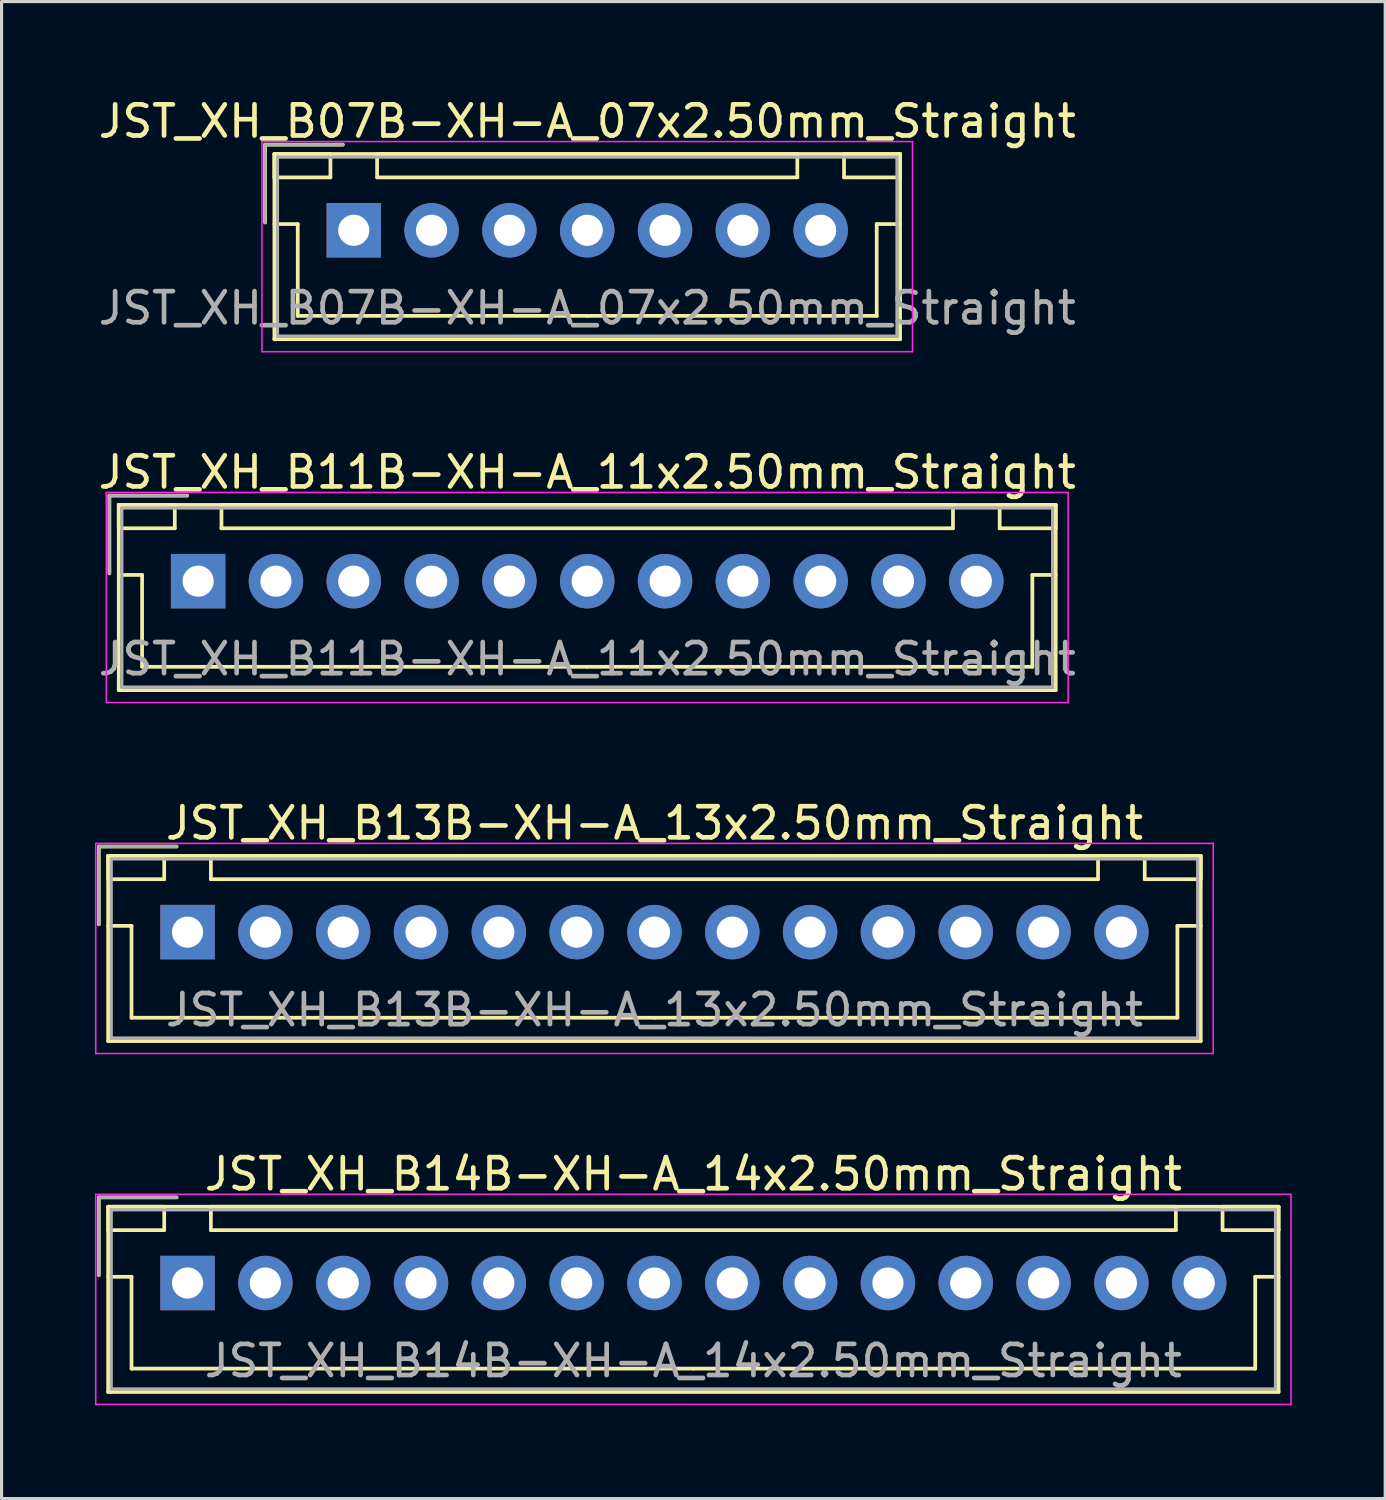
<source format=kicad_pcb>
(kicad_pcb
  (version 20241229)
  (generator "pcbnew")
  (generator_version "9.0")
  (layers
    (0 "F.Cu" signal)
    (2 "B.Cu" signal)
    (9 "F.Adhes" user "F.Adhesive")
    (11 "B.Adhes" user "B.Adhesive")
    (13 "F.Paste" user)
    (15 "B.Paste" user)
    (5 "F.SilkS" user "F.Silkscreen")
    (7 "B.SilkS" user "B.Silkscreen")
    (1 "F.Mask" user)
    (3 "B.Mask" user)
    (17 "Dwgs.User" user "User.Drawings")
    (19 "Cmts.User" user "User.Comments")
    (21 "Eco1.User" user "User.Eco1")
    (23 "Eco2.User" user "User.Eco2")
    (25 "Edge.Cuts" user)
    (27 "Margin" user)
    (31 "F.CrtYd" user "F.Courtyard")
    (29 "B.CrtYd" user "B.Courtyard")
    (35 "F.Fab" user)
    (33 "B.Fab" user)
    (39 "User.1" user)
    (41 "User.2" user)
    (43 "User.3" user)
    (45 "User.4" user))
  (footprint "JST_XH_B13B-XH-A_13x2.50mm_Straight"
    (layer "F.Cu")
    (at 2.975 26.895)
    (property "Reference" "JST_XH_B13B-XH-A_13x2.50mm_Straight" (at 15 -3.5 0) (layer "F.SilkS") (effects (font (size 1 1) (thickness 0.15))))
    (attr through_hole)
    (fp_line (start -2.85 -2.75) (end -2.85 -0.25) (stroke (width 0.12) (type solid)) (layer "F.SilkS"))
    (fp_line (start -2.55 -2.45) (end -2.55 -1.7) (stroke (width 0.12) (type solid)) (layer "F.SilkS"))
    (fp_line (start -2.55 -2.45) (end -2.55 3.5) (stroke (width 0.12) (type solid)) (layer "F.SilkS"))
    (fp_line (start -2.55 -1.7) (end -0.75 -1.7) (stroke (width 0.12) (type solid)) (layer "F.SilkS"))
    (fp_line (start -2.55 -0.2) (end -1.8 -0.2) (stroke (width 0.12) (type solid)) (layer "F.SilkS"))
    (fp_line (start -2.55 3.5) (end 32.55 3.5) (stroke (width 0.12) (type solid)) (layer "F.SilkS"))
    (fp_line (start -1.8 -0.2) (end -1.8 2.75) (stroke (width 0.12) (type solid)) (layer "F.SilkS"))
    (fp_line (start -1.8 2.75) (end 15 2.75) (stroke (width 0.12) (type solid)) (layer "F.SilkS"))
    (fp_line (start -0.75 -2.45) (end -2.55 -2.45) (stroke (width 0.12) (type solid)) (layer "F.SilkS"))
    (fp_line (start -0.75 -1.7) (end -0.75 -2.45) (stroke (width 0.12) (type solid)) (layer "F.SilkS"))
    (fp_line (start -0.35 -2.75) (end -2.85 -2.75) (stroke (width 0.12) (type solid)) (layer "F.SilkS"))
    (fp_line (start 0.75 -2.45) (end 0.75 -1.7) (stroke (width 0.12) (type solid)) (layer "F.SilkS"))
    (fp_line (start 0.75 -1.7) (end 29.25 -1.7) (stroke (width 0.12) (type solid)) (layer "F.SilkS"))
    (fp_line (start 29.25 -2.45) (end 0.75 -2.45) (stroke (width 0.12) (type solid)) (layer "F.SilkS"))
    (fp_line (start 29.25 -1.7) (end 29.25 -2.45) (stroke (width 0.12) (type solid)) (layer "F.SilkS"))
    (fp_line (start 30.75 -2.45) (end 30.75 -1.7) (stroke (width 0.12) (type solid)) (layer "F.SilkS"))
    (fp_line (start 30.75 -1.7) (end 32.55 -1.7) (stroke (width 0.12) (type solid)) (layer "F.SilkS"))
    (fp_line (start 31.8 -0.2) (end 31.8 2.75) (stroke (width 0.12) (type solid)) (layer "F.SilkS"))
    (fp_line (start 31.8 2.75) (end 15 2.75) (stroke (width 0.12) (type solid)) (layer "F.SilkS"))
    (fp_line (start 32.55 -2.45) (end -2.55 -2.45) (stroke (width 0.12) (type solid)) (layer "F.SilkS"))
    (fp_line (start 32.55 -2.45) (end 30.75 -2.45) (stroke (width 0.12) (type solid)) (layer "F.SilkS"))
    (fp_line (start 32.55 -1.7) (end 32.55 -2.45) (stroke (width 0.12) (type solid)) (layer "F.SilkS"))
    (fp_line (start 32.55 -0.2) (end 31.8 -0.2) (stroke (width 0.12) (type solid)) (layer "F.SilkS"))
    (fp_line (start 32.55 3.5) (end 32.55 -2.45) (stroke (width 0.12) (type solid)) (layer "F.SilkS"))
    (fp_line (start -2.95 -2.85) (end -2.95 3.9) (stroke (width 0.05) (type solid)) (layer "F.CrtYd"))
    (fp_line (start -2.95 3.9) (end 32.95 3.9) (stroke (width 0.05) (type solid)) (layer "F.CrtYd"))
    (fp_line (start 32.95 -2.85) (end -2.95 -2.85) (stroke (width 0.05) (type solid)) (layer "F.CrtYd"))
    (fp_line (start 32.95 3.9) (end 32.95 -2.85) (stroke (width 0.05) (type solid)) (layer "F.CrtYd"))
    (fp_line (start -2.85 -2.75) (end -2.85 -0.25) (stroke (width 0.1) (type solid)) (layer "F.Fab"))
    (fp_line (start -2.45 -2.35) (end -2.45 3.4) (stroke (width 0.1) (type solid)) (layer "F.Fab"))
    (fp_line (start -2.45 3.4) (end 32.45 3.4) (stroke (width 0.1) (type solid)) (layer "F.Fab"))
    (fp_line (start -0.35 -2.75) (end -2.85 -2.75) (stroke (width 0.1) (type solid)) (layer "F.Fab"))
    (fp_line (start 32.45 -2.35) (end -2.45 -2.35) (stroke (width 0.1) (type solid)) (layer "F.Fab"))
    (fp_line (start 32.45 3.4) (end 32.45 -2.35) (stroke (width 0.1) (type solid)) (layer "F.Fab"))
    (fp_text user "${REFERENCE}" (at 15 2.5 0) (layer "F.Fab") (effects (font (size 1 1) (thickness 0.15))))
    (pad "1" thru_hole rect (at 0 0) (size 1.75 1.75) (drill 1) (layers "*.Cu" "*.Mask"))
    (pad "2" thru_hole circle (at 2.5 0) (size 1.75 1.75) (drill 1) (layers "*.Cu" "*.Mask"))
    (pad "3" thru_hole circle (at 5 0) (size 1.75 1.75) (drill 1) (layers "*.Cu" "*.Mask"))
    (pad "4" thru_hole circle (at 7.5 0) (size 1.75 1.75) (drill 1) (layers "*.Cu" "*.Mask"))
    (pad "5" thru_hole circle (at 10 0) (size 1.75 1.75) (drill 1) (layers "*.Cu" "*.Mask"))
    (pad "6" thru_hole circle (at 12.5 0) (size 1.75 1.75) (drill 1) (layers "*.Cu" "*.Mask"))
    (pad "7" thru_hole circle (at 15 0) (size 1.75 1.75) (drill 1) (layers "*.Cu" "*.Mask"))
    (pad "8" thru_hole circle (at 17.5 0) (size 1.75 1.75) (drill 1) (layers "*.Cu" "*.Mask"))
    (pad "9" thru_hole circle (at 20 0) (size 1.75 1.75) (drill 1) (layers "*.Cu" "*.Mask"))
    (pad "10" thru_hole circle (at 22.5 0) (size 1.75 1.75) (drill 1) (layers "*.Cu" "*.Mask"))
    (pad "11" thru_hole circle (at 25 0) (size 1.75 1.75) (drill 1) (layers "*.Cu" "*.Mask"))
    (pad "12" thru_hole circle (at 27.5 0) (size 1.75 1.75) (drill 1) (layers "*.Cu" "*.Mask"))
    (pad "13" thru_hole circle (at 30 0) (size 1.75 1.75) (drill 1) (layers "*.Cu" "*.Mask")))
  (footprint "JST_XH_B07B-XH-A_07x2.50mm_Straight"
    (layer "F.Cu")
    (at 8.315 4.348)
    (property "Reference" "JST_XH_B07B-XH-A_07x2.50mm_Straight" (at 7.5 -3.5 0) (layer "F.SilkS") (effects (font (size 1 1) (thickness 0.15))))
    (attr through_hole)
    (fp_line (start -2.85 -2.75) (end -2.85 -0.25) (stroke (width 0.12) (type solid)) (layer "F.SilkS"))
    (fp_line (start -2.55 -2.45) (end -2.55 -1.7) (stroke (width 0.12) (type solid)) (layer "F.SilkS"))
    (fp_line (start -2.55 -2.45) (end -2.55 3.5) (stroke (width 0.12) (type solid)) (layer "F.SilkS"))
    (fp_line (start -2.55 -1.7) (end -0.75 -1.7) (stroke (width 0.12) (type solid)) (layer "F.SilkS"))
    (fp_line (start -2.55 -0.2) (end -1.8 -0.2) (stroke (width 0.12) (type solid)) (layer "F.SilkS"))
    (fp_line (start -2.55 3.5) (end 17.55 3.5) (stroke (width 0.12) (type solid)) (layer "F.SilkS"))
    (fp_line (start -1.8 -0.2) (end -1.8 2.75) (stroke (width 0.12) (type solid)) (layer "F.SilkS"))
    (fp_line (start -1.8 2.75) (end 7.5 2.75) (stroke (width 0.12) (type solid)) (layer "F.SilkS"))
    (fp_line (start -0.75 -2.45) (end -2.55 -2.45) (stroke (width 0.12) (type solid)) (layer "F.SilkS"))
    (fp_line (start -0.75 -1.7) (end -0.75 -2.45) (stroke (width 0.12) (type solid)) (layer "F.SilkS"))
    (fp_line (start -0.35 -2.75) (end -2.85 -2.75) (stroke (width 0.12) (type solid)) (layer "F.SilkS"))
    (fp_line (start 0.75 -2.45) (end 0.75 -1.7) (stroke (width 0.12) (type solid)) (layer "F.SilkS"))
    (fp_line (start 0.75 -1.7) (end 14.25 -1.7) (stroke (width 0.12) (type solid)) (layer "F.SilkS"))
    (fp_line (start 14.25 -2.45) (end 0.75 -2.45) (stroke (width 0.12) (type solid)) (layer "F.SilkS"))
    (fp_line (start 14.25 -1.7) (end 14.25 -2.45) (stroke (width 0.12) (type solid)) (layer "F.SilkS"))
    (fp_line (start 15.75 -2.45) (end 15.75 -1.7) (stroke (width 0.12) (type solid)) (layer "F.SilkS"))
    (fp_line (start 15.75 -1.7) (end 17.55 -1.7) (stroke (width 0.12) (type solid)) (layer "F.SilkS"))
    (fp_line (start 16.8 -0.2) (end 16.8 2.75) (stroke (width 0.12) (type solid)) (layer "F.SilkS"))
    (fp_line (start 16.8 2.75) (end 7.5 2.75) (stroke (width 0.12) (type solid)) (layer "F.SilkS"))
    (fp_line (start 17.55 -2.45) (end -2.55 -2.45) (stroke (width 0.12) (type solid)) (layer "F.SilkS"))
    (fp_line (start 17.55 -2.45) (end 15.75 -2.45) (stroke (width 0.12) (type solid)) (layer "F.SilkS"))
    (fp_line (start 17.55 -1.7) (end 17.55 -2.45) (stroke (width 0.12) (type solid)) (layer "F.SilkS"))
    (fp_line (start 17.55 -0.2) (end 16.8 -0.2) (stroke (width 0.12) (type solid)) (layer "F.SilkS"))
    (fp_line (start 17.55 3.5) (end 17.55 -2.45) (stroke (width 0.12) (type solid)) (layer "F.SilkS"))
    (fp_line (start -2.95 -2.85) (end -2.95 3.9) (stroke (width 0.05) (type solid)) (layer "F.CrtYd"))
    (fp_line (start -2.95 3.9) (end 17.95 3.9) (stroke (width 0.05) (type solid)) (layer "F.CrtYd"))
    (fp_line (start 17.95 -2.85) (end -2.95 -2.85) (stroke (width 0.05) (type solid)) (layer "F.CrtYd"))
    (fp_line (start 17.95 3.9) (end 17.95 -2.85) (stroke (width 0.05) (type solid)) (layer "F.CrtYd"))
    (fp_line (start -2.85 -2.75) (end -2.85 -0.25) (stroke (width 0.1) (type solid)) (layer "F.Fab"))
    (fp_line (start -2.45 -2.35) (end -2.45 3.4) (stroke (width 0.1) (type solid)) (layer "F.Fab"))
    (fp_line (start -2.45 3.4) (end 17.45 3.4) (stroke (width 0.1) (type solid)) (layer "F.Fab"))
    (fp_line (start -0.35 -2.75) (end -2.85 -2.75) (stroke (width 0.1) (type solid)) (layer "F.Fab"))
    (fp_line (start 17.45 -2.35) (end -2.45 -2.35) (stroke (width 0.1) (type solid)) (layer "F.Fab"))
    (fp_line (start 17.45 3.4) (end 17.45 -2.35) (stroke (width 0.1) (type solid)) (layer "F.Fab"))
    (fp_text user "${REFERENCE}" (at 7.5 2.5 0) (layer "F.Fab") (effects (font (size 1 1) (thickness 0.15))))
    (pad "1" thru_hole rect (at 0 0) (size 1.75 1.75) (drill 1) (layers "*.Cu" "*.Mask"))
    (pad "2" thru_hole circle (at 2.5 0) (size 1.75 1.75) (drill 1) (layers "*.Cu" "*.Mask"))
    (pad "3" thru_hole circle (at 5 0) (size 1.75 1.75) (drill 1) (layers "*.Cu" "*.Mask"))
    (pad "4" thru_hole circle (at 7.5 0) (size 1.75 1.75) (drill 1) (layers "*.Cu" "*.Mask"))
    (pad "5" thru_hole circle (at 10 0) (size 1.75 1.75) (drill 1) (layers "*.Cu" "*.Mask"))
    (pad "6" thru_hole circle (at 12.5 0) (size 1.75 1.75) (drill 1) (layers "*.Cu" "*.Mask"))
    (pad "7" thru_hole circle (at 15 0) (size 1.75 1.75) (drill 1) (layers "*.Cu" "*.Mask")))
  (footprint "JST_XH_B14B-XH-A_14x2.50mm_Straight"
    (layer "F.Cu")
    (at 2.975 38.168)
    (property "Reference" "JST_XH_B14B-XH-A_14x2.50mm_Straight" (at 16.25 -3.5 0) (layer "F.SilkS") (effects (font (size 1 1) (thickness 0.15))))
    (attr through_hole)
    (fp_line (start -2.85 -2.75) (end -2.85 -0.25) (stroke (width 0.12) (type solid)) (layer "F.SilkS"))
    (fp_line (start -2.55 -2.45) (end -2.55 -1.7) (stroke (width 0.12) (type solid)) (layer "F.SilkS"))
    (fp_line (start -2.55 -2.45) (end -2.55 3.5) (stroke (width 0.12) (type solid)) (layer "F.SilkS"))
    (fp_line (start -2.55 -1.7) (end -0.75 -1.7) (stroke (width 0.12) (type solid)) (layer "F.SilkS"))
    (fp_line (start -2.55 -0.2) (end -1.8 -0.2) (stroke (width 0.12) (type solid)) (layer "F.SilkS"))
    (fp_line (start -2.55 3.5) (end 35.05 3.5) (stroke (width 0.12) (type solid)) (layer "F.SilkS"))
    (fp_line (start -1.8 -0.2) (end -1.8 2.75) (stroke (width 0.12) (type solid)) (layer "F.SilkS"))
    (fp_line (start -1.8 2.75) (end 16.25 2.75) (stroke (width 0.12) (type solid)) (layer "F.SilkS"))
    (fp_line (start -0.75 -2.45) (end -2.55 -2.45) (stroke (width 0.12) (type solid)) (layer "F.SilkS"))
    (fp_line (start -0.75 -1.7) (end -0.75 -2.45) (stroke (width 0.12) (type solid)) (layer "F.SilkS"))
    (fp_line (start -0.35 -2.75) (end -2.85 -2.75) (stroke (width 0.12) (type solid)) (layer "F.SilkS"))
    (fp_line (start 0.75 -2.45) (end 0.75 -1.7) (stroke (width 0.12) (type solid)) (layer "F.SilkS"))
    (fp_line (start 0.75 -1.7) (end 31.75 -1.7) (stroke (width 0.12) (type solid)) (layer "F.SilkS"))
    (fp_line (start 31.75 -2.45) (end 0.75 -2.45) (stroke (width 0.12) (type solid)) (layer "F.SilkS"))
    (fp_line (start 31.75 -1.7) (end 31.75 -2.45) (stroke (width 0.12) (type solid)) (layer "F.SilkS"))
    (fp_line (start 33.25 -2.45) (end 33.25 -1.7) (stroke (width 0.12) (type solid)) (layer "F.SilkS"))
    (fp_line (start 33.25 -1.7) (end 35.05 -1.7) (stroke (width 0.12) (type solid)) (layer "F.SilkS"))
    (fp_line (start 34.3 -0.2) (end 34.3 2.75) (stroke (width 0.12) (type solid)) (layer "F.SilkS"))
    (fp_line (start 34.3 2.75) (end 16.25 2.75) (stroke (width 0.12) (type solid)) (layer "F.SilkS"))
    (fp_line (start 35.05 -2.45) (end -2.55 -2.45) (stroke (width 0.12) (type solid)) (layer "F.SilkS"))
    (fp_line (start 35.05 -2.45) (end 33.25 -2.45) (stroke (width 0.12) (type solid)) (layer "F.SilkS"))
    (fp_line (start 35.05 -1.7) (end 35.05 -2.45) (stroke (width 0.12) (type solid)) (layer "F.SilkS"))
    (fp_line (start 35.05 -0.2) (end 34.3 -0.2) (stroke (width 0.12) (type solid)) (layer "F.SilkS"))
    (fp_line (start 35.05 3.5) (end 35.05 -2.45) (stroke (width 0.12) (type solid)) (layer "F.SilkS"))
    (fp_line (start -2.95 -2.85) (end -2.95 3.9) (stroke (width 0.05) (type solid)) (layer "F.CrtYd"))
    (fp_line (start -2.95 3.9) (end 35.45 3.9) (stroke (width 0.05) (type solid)) (layer "F.CrtYd"))
    (fp_line (start 35.45 -2.85) (end -2.95 -2.85) (stroke (width 0.05) (type solid)) (layer "F.CrtYd"))
    (fp_line (start 35.45 3.9) (end 35.45 -2.85) (stroke (width 0.05) (type solid)) (layer "F.CrtYd"))
    (fp_line (start -2.85 -2.75) (end -2.85 -0.25) (stroke (width 0.1) (type solid)) (layer "F.Fab"))
    (fp_line (start -2.45 -2.35) (end -2.45 3.4) (stroke (width 0.1) (type solid)) (layer "F.Fab"))
    (fp_line (start -2.45 3.4) (end 34.95 3.4) (stroke (width 0.1) (type solid)) (layer "F.Fab"))
    (fp_line (start -0.35 -2.75) (end -2.85 -2.75) (stroke (width 0.1) (type solid)) (layer "F.Fab"))
    (fp_line (start 34.95 -2.35) (end -2.45 -2.35) (stroke (width 0.1) (type solid)) (layer "F.Fab"))
    (fp_line (start 34.95 3.4) (end 34.95 -2.35) (stroke (width 0.1) (type solid)) (layer "F.Fab"))
    (fp_text user "${REFERENCE}" (at 16.25 2.5 0) (layer "F.Fab") (effects (font (size 1 1) (thickness 0.15))))
    (pad "1" thru_hole rect (at 0 0) (size 1.75 1.75) (drill 1) (layers "*.Cu" "*.Mask"))
    (pad "2" thru_hole circle (at 2.5 0) (size 1.75 1.75) (drill 1) (layers "*.Cu" "*.Mask"))
    (pad "3" thru_hole circle (at 5 0) (size 1.75 1.75) (drill 1) (layers "*.Cu" "*.Mask"))
    (pad "4" thru_hole circle (at 7.5 0) (size 1.75 1.75) (drill 1) (layers "*.Cu" "*.Mask"))
    (pad "5" thru_hole circle (at 10 0) (size 1.75 1.75) (drill 1) (layers "*.Cu" "*.Mask"))
    (pad "6" thru_hole circle (at 12.5 0) (size 1.75 1.75) (drill 1) (layers "*.Cu" "*.Mask"))
    (pad "7" thru_hole circle (at 15 0) (size 1.75 1.75) (drill 1) (layers "*.Cu" "*.Mask"))
    (pad "8" thru_hole circle (at 17.5 0) (size 1.75 1.75) (drill 1) (layers "*.Cu" "*.Mask"))
    (pad "9" thru_hole circle (at 20 0) (size 1.75 1.75) (drill 1) (layers "*.Cu" "*.Mask"))
    (pad "10" thru_hole circle (at 22.5 0) (size 1.75 1.75) (drill 1) (layers "*.Cu" "*.Mask"))
    (pad "11" thru_hole circle (at 25 0) (size 1.75 1.75) (drill 1) (layers "*.Cu" "*.Mask"))
    (pad "12" thru_hole circle (at 27.5 0) (size 1.75 1.75) (drill 1) (layers "*.Cu" "*.Mask"))
    (pad "13" thru_hole circle (at 30 0) (size 1.75 1.75) (drill 1) (layers "*.Cu" "*.Mask"))
    (pad "14" thru_hole circle (at 32.5 0) (size 1.75 1.75) (drill 1) (layers "*.Cu" "*.Mask")))
  (footprint "JST_XH_B11B-XH-A_11x2.50mm_Straight"
    (layer "F.Cu")
    (at 3.315 15.621)
    (property "Reference" "JST_XH_B11B-XH-A_11x2.50mm_Straight" (at 12.5 -3.5 0) (layer "F.SilkS") (effects (font (size 1 1) (thickness 0.15))))
    (attr through_hole)
    (fp_line (start -2.85 -2.75) (end -2.85 -0.25) (stroke (width 0.12) (type solid)) (layer "F.SilkS"))
    (fp_line (start -2.55 -2.45) (end -2.55 -1.7) (stroke (width 0.12) (type solid)) (layer "F.SilkS"))
    (fp_line (start -2.55 -2.45) (end -2.55 3.5) (stroke (width 0.12) (type solid)) (layer "F.SilkS"))
    (fp_line (start -2.55 -1.7) (end -0.75 -1.7) (stroke (width 0.12) (type solid)) (layer "F.SilkS"))
    (fp_line (start -2.55 -0.2) (end -1.8 -0.2) (stroke (width 0.12) (type solid)) (layer "F.SilkS"))
    (fp_line (start -2.55 3.5) (end 27.55 3.5) (stroke (width 0.12) (type solid)) (layer "F.SilkS"))
    (fp_line (start -1.8 -0.2) (end -1.8 2.75) (stroke (width 0.12) (type solid)) (layer "F.SilkS"))
    (fp_line (start -1.8 2.75) (end 12.5 2.75) (stroke (width 0.12) (type solid)) (layer "F.SilkS"))
    (fp_line (start -0.75 -2.45) (end -2.55 -2.45) (stroke (width 0.12) (type solid)) (layer "F.SilkS"))
    (fp_line (start -0.75 -1.7) (end -0.75 -2.45) (stroke (width 0.12) (type solid)) (layer "F.SilkS"))
    (fp_line (start -0.35 -2.75) (end -2.85 -2.75) (stroke (width 0.12) (type solid)) (layer "F.SilkS"))
    (fp_line (start 0.75 -2.45) (end 0.75 -1.7) (stroke (width 0.12) (type solid)) (layer "F.SilkS"))
    (fp_line (start 0.75 -1.7) (end 24.25 -1.7) (stroke (width 0.12) (type solid)) (layer "F.SilkS"))
    (fp_line (start 24.25 -2.45) (end 0.75 -2.45) (stroke (width 0.12) (type solid)) (layer "F.SilkS"))
    (fp_line (start 24.25 -1.7) (end 24.25 -2.45) (stroke (width 0.12) (type solid)) (layer "F.SilkS"))
    (fp_line (start 25.75 -2.45) (end 25.75 -1.7) (stroke (width 0.12) (type solid)) (layer "F.SilkS"))
    (fp_line (start 25.75 -1.7) (end 27.55 -1.7) (stroke (width 0.12) (type solid)) (layer "F.SilkS"))
    (fp_line (start 26.8 -0.2) (end 26.8 2.75) (stroke (width 0.12) (type solid)) (layer "F.SilkS"))
    (fp_line (start 26.8 2.75) (end 12.5 2.75) (stroke (width 0.12) (type solid)) (layer "F.SilkS"))
    (fp_line (start 27.55 -2.45) (end -2.55 -2.45) (stroke (width 0.12) (type solid)) (layer "F.SilkS"))
    (fp_line (start 27.55 -2.45) (end 25.75 -2.45) (stroke (width 0.12) (type solid)) (layer "F.SilkS"))
    (fp_line (start 27.55 -1.7) (end 27.55 -2.45) (stroke (width 0.12) (type solid)) (layer "F.SilkS"))
    (fp_line (start 27.55 -0.2) (end 26.8 -0.2) (stroke (width 0.12) (type solid)) (layer "F.SilkS"))
    (fp_line (start 27.55 3.5) (end 27.55 -2.45) (stroke (width 0.12) (type solid)) (layer "F.SilkS"))
    (fp_line (start -2.95 -2.85) (end -2.95 3.9) (stroke (width 0.05) (type solid)) (layer "F.CrtYd"))
    (fp_line (start -2.95 3.9) (end 27.95 3.9) (stroke (width 0.05) (type solid)) (layer "F.CrtYd"))
    (fp_line (start 27.95 -2.85) (end -2.95 -2.85) (stroke (width 0.05) (type solid)) (layer "F.CrtYd"))
    (fp_line (start 27.95 3.9) (end 27.95 -2.85) (stroke (width 0.05) (type solid)) (layer "F.CrtYd"))
    (fp_line (start -2.85 -2.75) (end -2.85 -0.25) (stroke (width 0.1) (type solid)) (layer "F.Fab"))
    (fp_line (start -2.45 -2.35) (end -2.45 3.4) (stroke (width 0.1) (type solid)) (layer "F.Fab"))
    (fp_line (start -2.45 3.4) (end 27.45 3.4) (stroke (width 0.1) (type solid)) (layer "F.Fab"))
    (fp_line (start -0.35 -2.75) (end -2.85 -2.75) (stroke (width 0.1) (type solid)) (layer "F.Fab"))
    (fp_line (start 27.45 -2.35) (end -2.45 -2.35) (stroke (width 0.1) (type solid)) (layer "F.Fab"))
    (fp_line (start 27.45 3.4) (end 27.45 -2.35) (stroke (width 0.1) (type solid)) (layer "F.Fab"))
    (fp_text user "${REFERENCE}" (at 12.5 2.5 0) (layer "F.Fab") (effects (font (size 1 1) (thickness 0.15))))
    (pad "1" thru_hole rect (at 0 0) (size 1.75 1.75) (drill 1) (layers "*.Cu" "*.Mask"))
    (pad "2" thru_hole circle (at 2.5 0) (size 1.75 1.75) (drill 1) (layers "*.Cu" "*.Mask"))
    (pad "3" thru_hole circle (at 5 0) (size 1.75 1.75) (drill 1) (layers "*.Cu" "*.Mask"))
    (pad "4" thru_hole circle (at 7.5 0) (size 1.75 1.75) (drill 1) (layers "*.Cu" "*.Mask"))
    (pad "5" thru_hole circle (at 10 0) (size 1.75 1.75) (drill 1) (layers "*.Cu" "*.Mask"))
    (pad "6" thru_hole circle (at 12.5 0) (size 1.75 1.75) (drill 1) (layers "*.Cu" "*.Mask"))
    (pad "7" thru_hole circle (at 15 0) (size 1.75 1.75) (drill 1) (layers "*.Cu" "*.Mask"))
    (pad "8" thru_hole circle (at 17.5 0) (size 1.75 1.75) (drill 1) (layers "*.Cu" "*.Mask"))
    (pad "9" thru_hole circle (at 20 0) (size 1.75 1.75) (drill 1) (layers "*.Cu" "*.Mask"))
    (pad "10" thru_hole circle (at 22.5 0) (size 1.75 1.75) (drill 1) (layers "*.Cu" "*.Mask"))
    (pad "11" thru_hole circle (at 25 0) (size 1.75 1.75) (drill 1) (layers "*.Cu" "*.Mask")))
  (gr_rect
    (start -3 -3)
    (end 41.45 45.093)
    (stroke (width 0.1) (type default))
    (fill no)
    (layer "Edge.Cuts")))
</source>
